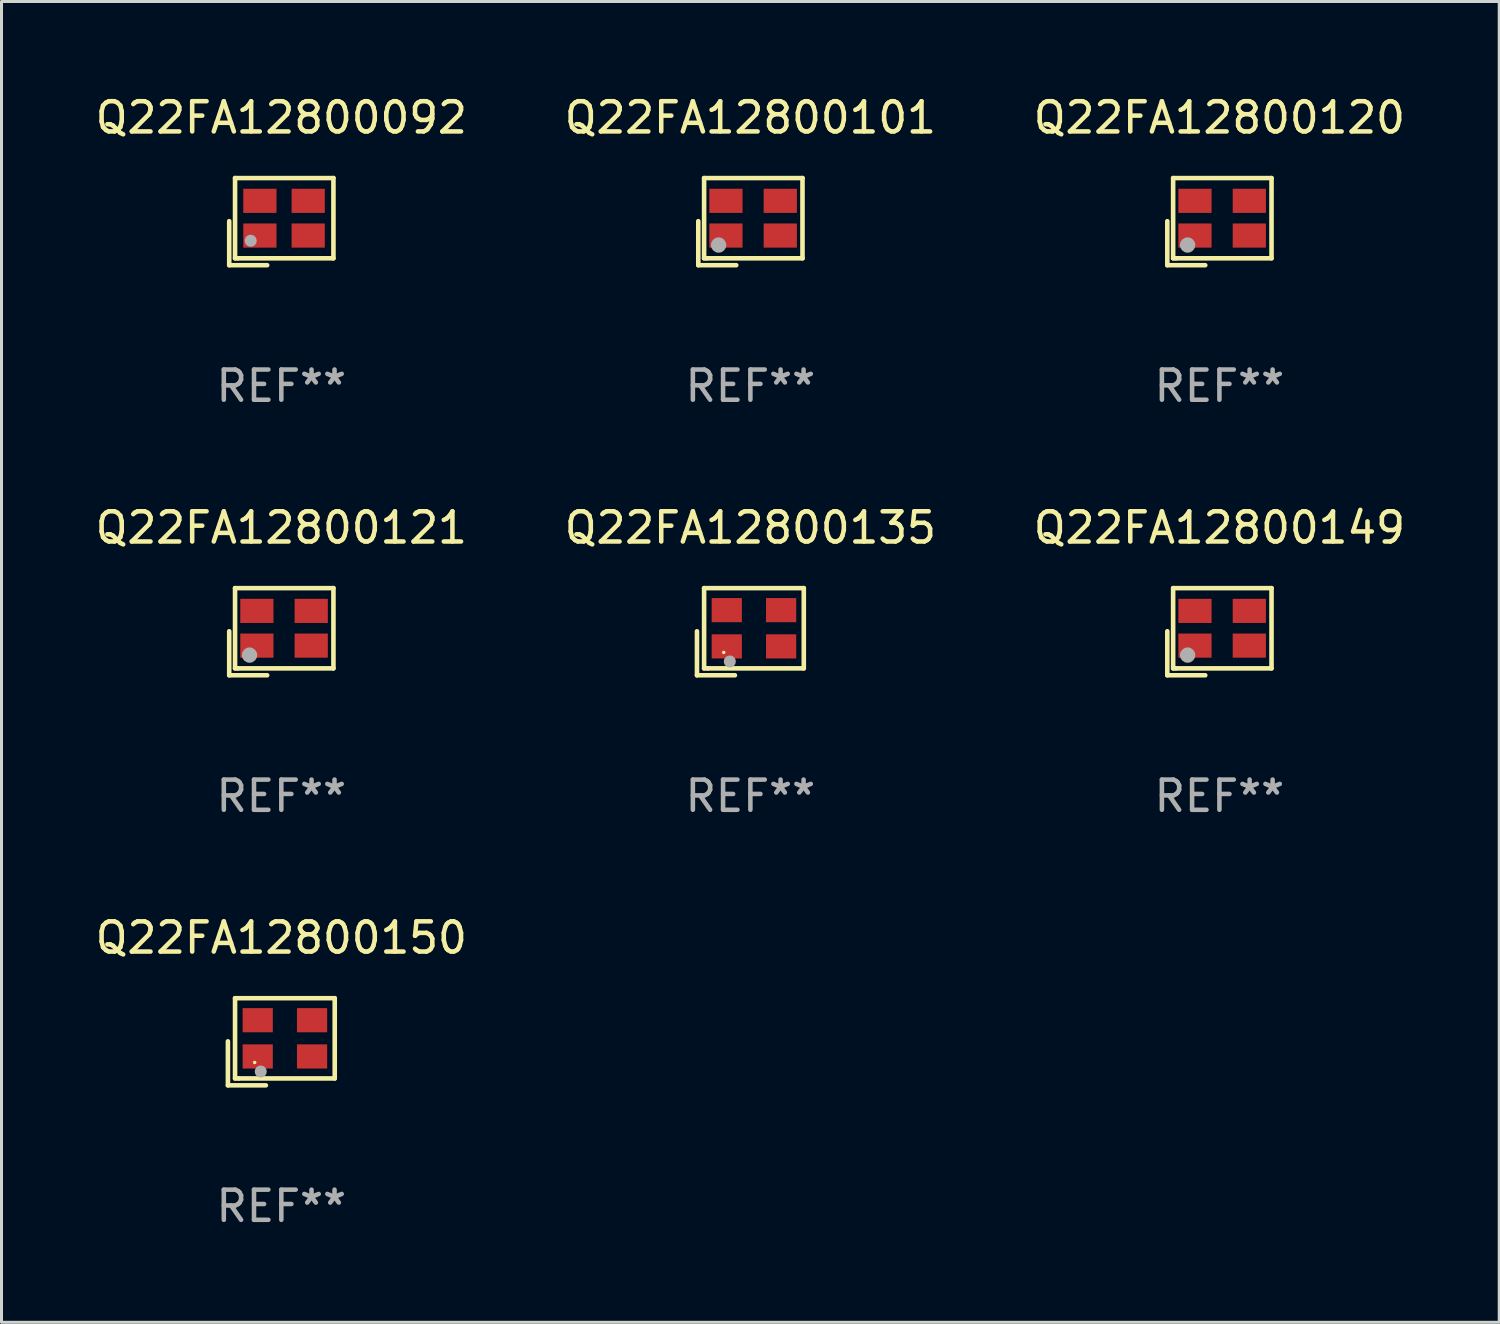
<source format=kicad_pcb>
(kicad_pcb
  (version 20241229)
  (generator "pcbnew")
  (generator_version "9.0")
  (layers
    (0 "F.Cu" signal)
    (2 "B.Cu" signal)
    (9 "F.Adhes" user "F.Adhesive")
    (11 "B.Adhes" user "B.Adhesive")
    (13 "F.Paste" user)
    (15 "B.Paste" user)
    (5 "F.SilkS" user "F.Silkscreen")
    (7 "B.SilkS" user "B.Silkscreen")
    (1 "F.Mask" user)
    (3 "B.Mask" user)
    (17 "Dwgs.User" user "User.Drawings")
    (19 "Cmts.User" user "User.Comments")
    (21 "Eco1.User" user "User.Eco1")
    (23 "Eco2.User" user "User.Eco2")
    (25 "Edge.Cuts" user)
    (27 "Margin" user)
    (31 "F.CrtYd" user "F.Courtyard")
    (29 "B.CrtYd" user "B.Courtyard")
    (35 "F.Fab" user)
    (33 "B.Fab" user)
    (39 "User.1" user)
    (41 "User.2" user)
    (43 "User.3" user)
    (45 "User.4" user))
  (footprint "Q22FA12800092"
    (layer "F.Cu")
    (at 6.268 4.291)
    (property "Reference" "Q22FA12800092" (at 0 -3.443 0) (layer "F.SilkS") (effects (font (size 1 1) (thickness 0.15))))
    (attr through_hole)
    (fp_line (start -1.726 -0.015) (end -1.726 1.443) (stroke (width 0.152) (type solid)) (layer "F.SilkS"))
    (fp_line (start -1.726 1.443) (end -0.469 1.443) (stroke (width 0.152) (type solid)) (layer "F.SilkS"))
    (fp_line (start -1.533 -1.443) (end 1.726 -1.443) (stroke (width 0.152) (type solid)) (layer "F.SilkS"))
    (fp_line (start -1.533 1.214) (end -1.533 -1.443) (stroke (width 0.152) (type solid)) (layer "F.SilkS"))
    (fp_line (start -1.439 1.214) (end -1.533 1.214) (stroke (width 0.152) (type solid)) (layer "F.SilkS"))
    (fp_line (start 1.726 -1.443) (end 1.726 1.214) (stroke (width 0.152) (type solid)) (layer "F.SilkS"))
    (fp_line (start 1.726 1.214) (end -1.439 1.214) (stroke (width 0.152) (type solid)) (layer "F.SilkS"))
    (fp_circle (center -0.91 0.686) (end -0.88 0.686) (stroke (width 0.06) (type solid)) (fill no) (layer "F.SilkS"))
    (fp_circle (center -1.014 0.633) (end -0.914 0.633) (stroke (width 0.2) (type solid)) (fill no) (layer "F.Fab"))
    (fp_text user "REF**" (at 0 5.443 0) (layer "F.Fab") (effects (font (size 1 1) (thickness 0.15))))
    (pad "1" smd rect (at -0.71 0.461) (size 1.1 0.8) (layers "F.Cu" "F.Mask" "F.Paste"))
    (pad "2" smd rect (at 0.89 0.461) (size 1.1 0.8) (layers "F.Cu" "F.Mask" "F.Paste"))
    (pad "3" smd rect (at 0.89 -0.689) (size 1.1 0.8) (layers "F.Cu" "F.Mask" "F.Paste"))
    (pad "4" smd rect (at -0.71 -0.689) (size 1.1 0.8) (layers "F.Cu" "F.Mask" "F.Paste")))
  (footprint "Q22FA12800101"
    (layer "F.Cu")
    (at 21.804 4.291)
    (property "Reference" "Q22FA12800101" (at 0 -3.443 0) (layer "F.SilkS") (effects (font (size 1 1) (thickness 0.15))))
    (attr through_hole)
    (fp_line (start -1.726 -0.015) (end -1.726 1.443) (stroke (width 0.152) (type solid)) (layer "F.SilkS"))
    (fp_line (start -1.726 1.443) (end -0.469 1.443) (stroke (width 0.152) (type solid)) (layer "F.SilkS"))
    (fp_line (start -1.533 -1.443) (end 1.726 -1.443) (stroke (width 0.152) (type solid)) (layer "F.SilkS"))
    (fp_line (start -1.533 1.214) (end -1.533 -1.443) (stroke (width 0.152) (type solid)) (layer "F.SilkS"))
    (fp_line (start -1.439 1.214) (end -1.533 1.214) (stroke (width 0.152) (type solid)) (layer "F.SilkS"))
    (fp_line (start 1.726 -1.443) (end 1.726 1.214) (stroke (width 0.152) (type solid)) (layer "F.SilkS"))
    (fp_line (start 1.726 1.214) (end -1.439 1.214) (stroke (width 0.152) (type solid)) (layer "F.SilkS"))
    (fp_circle (center -0.91 0.686) (end -0.88 0.686) (stroke (width 0.06) (type solid)) (fill no) (layer "F.SilkS"))
    (fp_circle (center -1.053 0.775) (end -0.926 0.775) (stroke (width 0.254) (type solid)) (fill no) (layer "F.Fab"))
    (fp_text user "REF**" (at 0 5.443 0) (layer "F.Fab") (effects (font (size 1 1) (thickness 0.15))))
    (pad "1" smd rect (at -0.81 0.461) (size 1.1 0.8) (layers "F.Cu" "F.Mask" "F.Paste"))
    (pad "2" smd rect (at 0.99 0.461) (size 1.1 0.8) (layers "F.Cu" "F.Mask" "F.Paste"))
    (pad "3" smd rect (at 0.99 -0.689) (size 1.1 0.8) (layers "F.Cu" "F.Mask" "F.Paste"))
    (pad "4" smd rect (at -0.81 -0.689) (size 1.1 0.8) (layers "F.Cu" "F.Mask" "F.Paste")))
  (footprint "Q22FA12800135"
    (layer "F.Cu")
    (at 21.804 17.873)
    (property "Reference" "Q22FA12800135" (at 0 -3.443 0) (layer "F.SilkS") (effects (font (size 1 1) (thickness 0.15))))
    (attr through_hole)
    (fp_line (start -1.769 -0.014) (end -1.769 1.443) (stroke (width 0.152) (type solid)) (layer "F.SilkS"))
    (fp_line (start -1.769 1.443) (end -0.512 1.443) (stroke (width 0.152) (type solid)) (layer "F.SilkS"))
    (fp_line (start -1.533 -1.443) (end 1.769 -1.443) (stroke (width 0.152) (type solid)) (layer "F.SilkS"))
    (fp_line (start -1.533 1.214) (end -1.533 -1.443) (stroke (width 0.152) (type solid)) (layer "F.SilkS"))
    (fp_line (start -1.411 1.214) (end -1.533 1.214) (stroke (width 0.152) (type solid)) (layer "F.SilkS"))
    (fp_line (start 1.769 -1.443) (end 1.769 1.214) (stroke (width 0.152) (type solid)) (layer "F.SilkS"))
    (fp_line (start 1.769 1.214) (end -1.411 1.214) (stroke (width 0.152) (type solid)) (layer "F.SilkS"))
    (fp_circle (center -0.882 0.686) (end -0.852 0.686) (stroke (width 0.06) (type solid)) (fill no) (layer "F.SilkS"))
    (fp_circle (center -0.682 0.986) (end -0.582 0.986) (stroke (width 0.2) (type solid)) (fill no) (layer "F.Fab"))
    (fp_text user "REF**" (at 0 5.443 0) (layer "F.Fab") (effects (font (size 1 1) (thickness 0.15))))
    (pad "1" smd rect (at -0.782 0.486 90) (size 0.8 1) (layers "F.Cu" "F.Mask" "F.Paste"))
    (pad "2" smd rect (at 1.018 0.486 90) (size 0.8 1) (layers "F.Cu" "F.Mask" "F.Paste"))
    (pad "3" smd rect (at 1.018 -0.714 90) (size 0.8 1) (layers "F.Cu" "F.Mask" "F.Paste"))
    (pad "4" smd rect (at -0.782 -0.714 90) (size 0.8 1) (layers "F.Cu" "F.Mask" "F.Paste")))
  (footprint "Q22FA12800120"
    (layer "F.Cu")
    (at 37.339 4.291)
    (property "Reference" "Q22FA12800120" (at 0 -3.443 0) (layer "F.SilkS") (effects (font (size 1 1) (thickness 0.15))))
    (attr through_hole)
    (fp_line (start -1.726 -0.015) (end -1.726 1.443) (stroke (width 0.152) (type solid)) (layer "F.SilkS"))
    (fp_line (start -1.726 1.443) (end -0.469 1.443) (stroke (width 0.152) (type solid)) (layer "F.SilkS"))
    (fp_line (start -1.533 -1.443) (end 1.726 -1.443) (stroke (width 0.152) (type solid)) (layer "F.SilkS"))
    (fp_line (start -1.533 1.214) (end -1.533 -1.443) (stroke (width 0.152) (type solid)) (layer "F.SilkS"))
    (fp_line (start -1.439 1.214) (end -1.533 1.214) (stroke (width 0.152) (type solid)) (layer "F.SilkS"))
    (fp_line (start 1.726 -1.443) (end 1.726 1.214) (stroke (width 0.152) (type solid)) (layer "F.SilkS"))
    (fp_line (start 1.726 1.214) (end -1.439 1.214) (stroke (width 0.152) (type solid)) (layer "F.SilkS"))
    (fp_circle (center -0.91 0.686) (end -0.88 0.686) (stroke (width 0.06) (type solid)) (fill no) (layer "F.SilkS"))
    (fp_circle (center -1.053 0.775) (end -0.926 0.775) (stroke (width 0.254) (type solid)) (fill no) (layer "F.Fab"))
    (fp_text user "REF**" (at 0 5.443 0) (layer "F.Fab") (effects (font (size 1 1) (thickness 0.15))))
    (pad "1" smd rect (at -0.81 0.461) (size 1.1 0.8) (layers "F.Cu" "F.Mask" "F.Paste"))
    (pad "2" smd rect (at 0.99 0.461) (size 1.1 0.8) (layers "F.Cu" "F.Mask" "F.Paste"))
    (pad "3" smd rect (at 0.99 -0.689) (size 1.1 0.8) (layers "F.Cu" "F.Mask" "F.Paste"))
    (pad "4" smd rect (at -0.81 -0.689) (size 1.1 0.8) (layers "F.Cu" "F.Mask" "F.Paste")))
  (footprint "Q22FA12800149"
    (layer "F.Cu")
    (at 37.339 17.873)
    (property "Reference" "Q22FA12800149" (at 0 -3.443 0) (layer "F.SilkS") (effects (font (size 1 1) (thickness 0.15))))
    (attr through_hole)
    (fp_line (start -1.726 -0.015) (end -1.726 1.443) (stroke (width 0.152) (type solid)) (layer "F.SilkS"))
    (fp_line (start -1.726 1.443) (end -0.469 1.443) (stroke (width 0.152) (type solid)) (layer "F.SilkS"))
    (fp_line (start -1.533 -1.443) (end 1.726 -1.443) (stroke (width 0.152) (type solid)) (layer "F.SilkS"))
    (fp_line (start -1.533 1.214) (end -1.533 -1.443) (stroke (width 0.152) (type solid)) (layer "F.SilkS"))
    (fp_line (start -1.439 1.214) (end -1.533 1.214) (stroke (width 0.152) (type solid)) (layer "F.SilkS"))
    (fp_line (start 1.726 -1.443) (end 1.726 1.214) (stroke (width 0.152) (type solid)) (layer "F.SilkS"))
    (fp_line (start 1.726 1.214) (end -1.439 1.214) (stroke (width 0.152) (type solid)) (layer "F.SilkS"))
    (fp_circle (center -0.91 0.686) (end -0.88 0.686) (stroke (width 0.06) (type solid)) (fill no) (layer "F.SilkS"))
    (fp_circle (center -1.053 0.775) (end -0.926 0.775) (stroke (width 0.254) (type solid)) (fill no) (layer "F.Fab"))
    (fp_text user "REF**" (at 0 5.443 0) (layer "F.Fab") (effects (font (size 1 1) (thickness 0.15))))
    (pad "1" smd rect (at -0.81 0.461) (size 1.1 0.8) (layers "F.Cu" "F.Mask" "F.Paste"))
    (pad "2" smd rect (at 0.99 0.461) (size 1.1 0.8) (layers "F.Cu" "F.Mask" "F.Paste"))
    (pad "3" smd rect (at 0.99 -0.689) (size 1.1 0.8) (layers "F.Cu" "F.Mask" "F.Paste"))
    (pad "4" smd rect (at -0.81 -0.689) (size 1.1 0.8) (layers "F.Cu" "F.Mask" "F.Paste")))
  (footprint "Q22FA12800121"
    (layer "F.Cu")
    (at 6.268 17.873)
    (property "Reference" "Q22FA12800121" (at 0 -3.443 0) (layer "F.SilkS") (effects (font (size 1 1) (thickness 0.15))))
    (attr through_hole)
    (fp_line (start -1.726 -0.015) (end -1.726 1.443) (stroke (width 0.152) (type solid)) (layer "F.SilkS"))
    (fp_line (start -1.726 1.443) (end -0.469 1.443) (stroke (width 0.152) (type solid)) (layer "F.SilkS"))
    (fp_line (start -1.533 -1.443) (end 1.726 -1.443) (stroke (width 0.152) (type solid)) (layer "F.SilkS"))
    (fp_line (start -1.533 1.214) (end -1.533 -1.443) (stroke (width 0.152) (type solid)) (layer "F.SilkS"))
    (fp_line (start -1.439 1.214) (end -1.533 1.214) (stroke (width 0.152) (type solid)) (layer "F.SilkS"))
    (fp_line (start 1.726 -1.443) (end 1.726 1.214) (stroke (width 0.152) (type solid)) (layer "F.SilkS"))
    (fp_line (start 1.726 1.214) (end -1.439 1.214) (stroke (width 0.152) (type solid)) (layer "F.SilkS"))
    (fp_circle (center -0.91 0.686) (end -0.88 0.686) (stroke (width 0.06) (type solid)) (fill no) (layer "F.SilkS"))
    (fp_circle (center -1.053 0.775) (end -0.926 0.775) (stroke (width 0.254) (type solid)) (fill no) (layer "F.Fab"))
    (fp_text user "REF**" (at 0 5.443 0) (layer "F.Fab") (effects (font (size 1 1) (thickness 0.15))))
    (pad "1" smd rect (at -0.81 0.461) (size 1.1 0.8) (layers "F.Cu" "F.Mask" "F.Paste"))
    (pad "2" smd rect (at 0.99 0.461) (size 1.1 0.8) (layers "F.Cu" "F.Mask" "F.Paste"))
    (pad "3" smd rect (at 0.99 -0.689) (size 1.1 0.8) (layers "F.Cu" "F.Mask" "F.Paste"))
    (pad "4" smd rect (at -0.81 -0.689) (size 1.1 0.8) (layers "F.Cu" "F.Mask" "F.Paste")))
  (footprint "Q22FA12800150"
    (layer "F.Cu")
    (at 6.268 31.455)
    (property "Reference" "Q22FA12800150" (at 0 -3.443 0) (layer "F.SilkS") (effects (font (size 1 1) (thickness 0.15))))
    (attr through_hole)
    (fp_line (start -1.769 -0.014) (end -1.769 1.443) (stroke (width 0.152) (type solid)) (layer "F.SilkS"))
    (fp_line (start -1.769 1.443) (end -0.512 1.443) (stroke (width 0.152) (type solid)) (layer "F.SilkS"))
    (fp_line (start -1.533 -1.443) (end 1.769 -1.443) (stroke (width 0.152) (type solid)) (layer "F.SilkS"))
    (fp_line (start -1.533 1.214) (end -1.533 -1.443) (stroke (width 0.152) (type solid)) (layer "F.SilkS"))
    (fp_line (start -1.411 1.214) (end -1.533 1.214) (stroke (width 0.152) (type solid)) (layer "F.SilkS"))
    (fp_line (start 1.769 -1.443) (end 1.769 1.214) (stroke (width 0.152) (type solid)) (layer "F.SilkS"))
    (fp_line (start 1.769 1.214) (end -1.411 1.214) (stroke (width 0.152) (type solid)) (layer "F.SilkS"))
    (fp_circle (center -0.882 0.686) (end -0.852 0.686) (stroke (width 0.06) (type solid)) (fill no) (layer "F.SilkS"))
    (fp_circle (center -0.682 0.986) (end -0.582 0.986) (stroke (width 0.2) (type solid)) (fill no) (layer "F.Fab"))
    (fp_text user "REF**" (at 0 5.443 0) (layer "F.Fab") (effects (font (size 1 1) (thickness 0.15))))
    (pad "1" smd rect (at -0.782 0.486 90) (size 0.8 1) (layers "F.Cu" "F.Mask" "F.Paste"))
    (pad "2" smd rect (at 1.018 0.486 90) (size 0.8 1) (layers "F.Cu" "F.Mask" "F.Paste"))
    (pad "3" smd rect (at 1.018 -0.714 90) (size 0.8 1) (layers "F.Cu" "F.Mask" "F.Paste"))
    (pad "4" smd rect (at -0.782 -0.714 90) (size 0.8 1) (layers "F.Cu" "F.Mask" "F.Paste")))
  (gr_rect
    (start -3 -3)
    (end 46.607 40.746)
    (stroke (width 0.1) (type default))
    (fill no)
    (layer "Edge.Cuts")))
</source>
